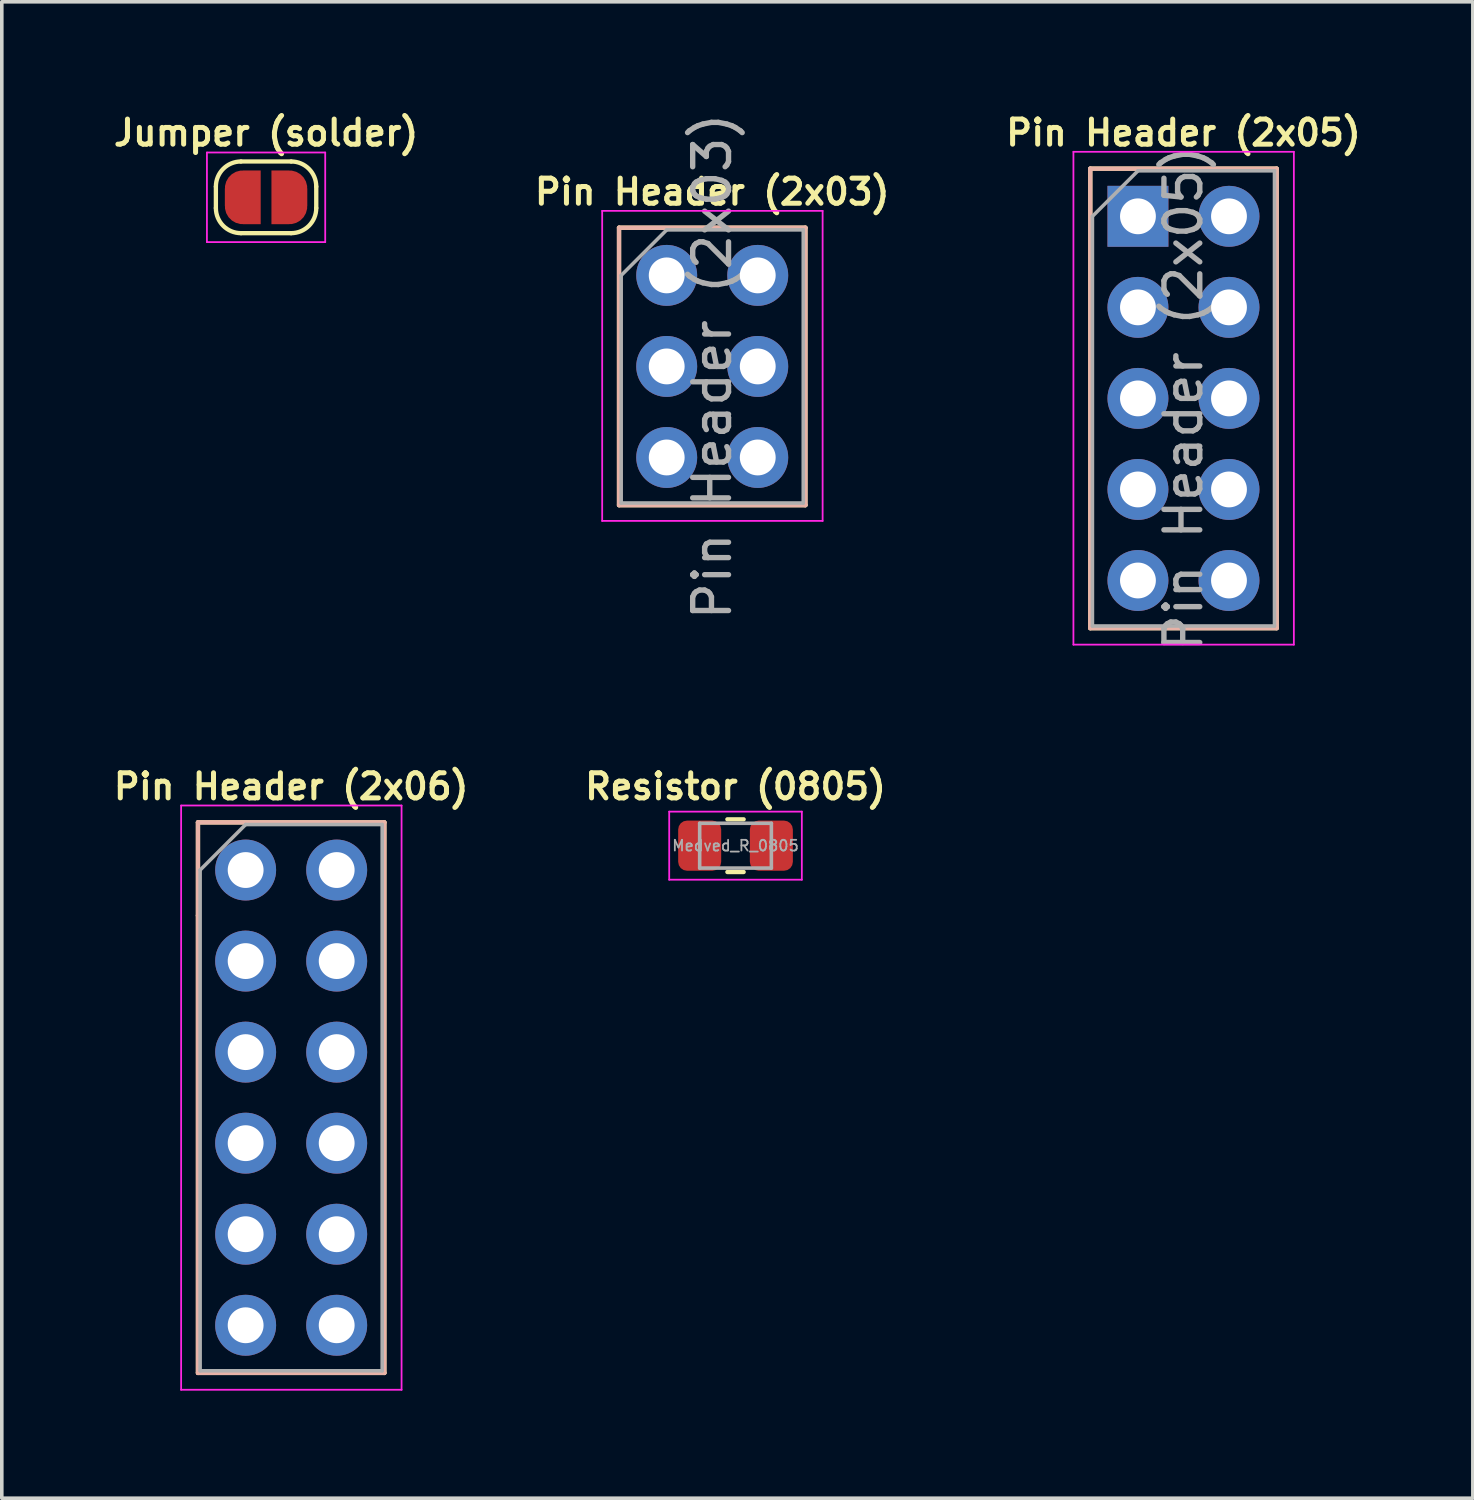
<source format=kicad_pcb>
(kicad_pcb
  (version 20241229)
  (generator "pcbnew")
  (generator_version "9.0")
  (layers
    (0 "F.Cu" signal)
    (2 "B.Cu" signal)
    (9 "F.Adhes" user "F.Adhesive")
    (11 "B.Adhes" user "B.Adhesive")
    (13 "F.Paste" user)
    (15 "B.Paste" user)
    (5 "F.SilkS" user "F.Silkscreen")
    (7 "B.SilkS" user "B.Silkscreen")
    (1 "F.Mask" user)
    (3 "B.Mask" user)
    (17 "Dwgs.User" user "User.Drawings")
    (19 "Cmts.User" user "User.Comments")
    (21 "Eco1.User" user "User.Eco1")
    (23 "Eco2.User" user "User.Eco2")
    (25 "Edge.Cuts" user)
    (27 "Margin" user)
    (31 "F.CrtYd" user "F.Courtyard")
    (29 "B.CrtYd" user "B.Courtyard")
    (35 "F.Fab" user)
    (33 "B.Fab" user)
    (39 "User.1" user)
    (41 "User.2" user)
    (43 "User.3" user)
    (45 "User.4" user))
  (footprint "Pin Header (2x06)"
    (layer "F.Cu")
    (at 3.803 21.223)
    (property "Reference" "Pin Header (2x06)" (at 1.27 -2.33 0) (layer "F.SilkS") (effects (font (size 0.7 0.7) (thickness 0.14) (bold yes))))
    (attr through_hole)
    (fp_line (start -1.33 -1.33) (end 3.87 -1.33) (stroke (width 0.12) (type solid)) (layer "F.SilkS"))
    (fp_line (start -1.33 1.27) (end -1.33 -1.33) (stroke (width 0.12) (type default)) (layer "F.SilkS"))
    (fp_line (start -1.33 1.27) (end -1.33 14.03) (stroke (width 0.12) (type solid)) (layer "F.SilkS"))
    (fp_line (start -1.33 14.03) (end 3.87 14.03) (stroke (width 0.12) (type solid)) (layer "F.SilkS"))
    (fp_line (start 3.87 -1.33) (end 3.87 14.03) (stroke (width 0.12) (type solid)) (layer "F.SilkS"))
    (fp_line (start -1.33 -1.33) (end 3.87 -1.33) (stroke (width 0.12) (type solid)) (layer "B.SilkS"))
    (fp_line (start -1.33 1.27) (end -1.33 -1.33) (stroke (width 0.12) (type default)) (layer "B.SilkS"))
    (fp_line (start -1.33 1.27) (end -1.33 14.03) (stroke (width 0.12) (type solid)) (layer "B.SilkS"))
    (fp_line (start -1.33 14.03) (end 3.87 14.03) (stroke (width 0.12) (type solid)) (layer "B.SilkS"))
    (fp_line (start 3.87 -1.33) (end 3.87 14.03) (stroke (width 0.12) (type solid)) (layer "B.SilkS"))
    (fp_line (start -1.8 -1.8) (end -1.8 14.5) (stroke (width 0.05) (type solid)) (layer "F.CrtYd"))
    (fp_line (start -1.8 14.5) (end 4.35 14.5) (stroke (width 0.05) (type solid)) (layer "F.CrtYd"))
    (fp_line (start 4.35 -1.8) (end -1.8 -1.8) (stroke (width 0.05) (type solid)) (layer "F.CrtYd"))
    (fp_line (start 4.35 14.5) (end 4.35 -1.8) (stroke (width 0.05) (type solid)) (layer "F.CrtYd"))
    (fp_line (start -1.27 0) (end 0 -1.27) (stroke (width 0.1) (type solid)) (layer "F.Fab"))
    (fp_line (start -1.27 13.97) (end -1.27 0) (stroke (width 0.1) (type solid)) (layer "F.Fab"))
    (fp_line (start 0 -1.27) (end 3.81 -1.27) (stroke (width 0.1) (type solid)) (layer "F.Fab"))
    (fp_line (start 3.81 -1.27) (end 3.81 13.97) (stroke (width 0.1) (type solid)) (layer "F.Fab"))
    (fp_line (start 3.81 13.97) (end -1.27 13.97) (stroke (width 0.1) (type solid)) (layer "F.Fab"))
    (pad "1" thru_hole circle (at 0 0) (size 1.7 1.7) (drill 1) (layers "*.Cu" "*.Mask"))
    (pad "2" thru_hole oval (at 2.54 0) (size 1.7 1.7) (drill 1) (layers "*.Cu" "*.Mask"))
    (pad "3" thru_hole oval (at 0 2.54) (size 1.7 1.7) (drill 1) (layers "*.Cu" "*.Mask"))
    (pad "4" thru_hole oval (at 2.54 2.54) (size 1.7 1.7) (drill 1) (layers "*.Cu" "*.Mask"))
    (pad "5" thru_hole oval (at 0 5.08) (size 1.7 1.7) (drill 1) (layers "*.Cu" "*.Mask"))
    (pad "6" thru_hole oval (at 2.54 5.08) (size 1.7 1.7) (drill 1) (layers "*.Cu" "*.Mask"))
    (pad "7" thru_hole oval (at 0 7.62) (size 1.7 1.7) (drill 1) (layers "*.Cu" "*.Mask"))
    (pad "8" thru_hole oval (at 2.54 7.62) (size 1.7 1.7) (drill 1) (layers "*.Cu" "*.Mask"))
    (pad "9" thru_hole oval (at 0 10.16) (size 1.7 1.7) (drill 1) (layers "*.Cu" "*.Mask"))
    (pad "10" thru_hole oval (at 2.54 10.16) (size 1.7 1.7) (drill 1) (layers "*.Cu" "*.Mask"))
    (pad "11" thru_hole oval (at 0 12.7) (size 1.7 1.7) (drill 1) (layers "*.Cu" "*.Mask"))
    (pad "12" thru_hole oval (at 2.54 12.7) (size 1.7 1.7) (drill 1) (layers "*.Cu" "*.Mask")))
  (footprint "Resistor (0805)"
    (layer "F.Cu")
    (at 17.47 20.543)
    (property "Reference" "Resistor (0805)" (at 0 -1.65 0) (layer "F.SilkS") (effects (font (size 0.7 0.7) (thickness 0.14) (bold yes))))
    (property "Value" "Medved_R_0805" (at 0 1.65 0) (layer "F.Fab") (hide yes) (effects (font (size 1 1) (thickness 0.15))))
    (attr smd)
    (fp_line (start -0.227 -0.735) (end 0.227 -0.735) (stroke (width 0.12) (type solid)) (layer "F.SilkS"))
    (fp_line (start -0.227 0.735) (end 0.227 0.735) (stroke (width 0.12) (type solid)) (layer "F.SilkS"))
    (fp_line (start -1.85 -0.95) (end 1.85 -0.95) (stroke (width 0.05) (type solid)) (layer "F.CrtYd"))
    (fp_line (start -1.85 0.95) (end -1.85 -0.95) (stroke (width 0.05) (type solid)) (layer "F.CrtYd"))
    (fp_line (start 1.85 -0.95) (end 1.85 0.95) (stroke (width 0.05) (type solid)) (layer "F.CrtYd"))
    (fp_line (start 1.85 0.95) (end -1.85 0.95) (stroke (width 0.05) (type solid)) (layer "F.CrtYd"))
    (fp_line (start -1 -0.625) (end 1 -0.625) (stroke (width 0.1) (type solid)) (layer "F.Fab"))
    (fp_line (start -1 0.625) (end -1 -0.625) (stroke (width 0.1) (type solid)) (layer "F.Fab"))
    (fp_line (start 1 -0.625) (end 1 0.625) (stroke (width 0.1) (type solid)) (layer "F.Fab"))
    (fp_line (start 1 0.625) (end -1 0.625) (stroke (width 0.1) (type solid)) (layer "F.Fab"))
    (fp_text user "${VALUE}" (at 0 0 0) (layer "F.Fab") (effects (font (size 0.3 0.3) (thickness 0.05) (bold yes))))
    (pad "1" smd roundrect (at -1 0) (size 1.2 1.4) (layers "F.Cu" "F.Mask" "F.Paste") (roundrect_rratio 0.208))
    (pad "2" smd roundrect (at 1 0) (size 1.2 1.4) (layers "F.Cu" "F.Mask" "F.Paste") (roundrect_rratio 0.208)))
  (footprint "Jumper (solder)"
    (layer "F.Cu")
    (at 4.373 2.455)
    (property "Reference" "Jumper (solder)" (at 0 -1.8 0) (layer "F.SilkS") (effects (font (size 0.7 0.7) (thickness 0.14) (bold yes))))
    (attr exclude_from_pos_files exclude_from_bom)
    (fp_line (start -1.4 0.3) (end -1.4 -0.3) (stroke (width 0.12) (type solid)) (layer "F.SilkS"))
    (fp_line (start -0.7 -1) (end 0.7 -1) (stroke (width 0.12) (type solid)) (layer "F.SilkS"))
    (fp_line (start 0.7 1) (end -0.7 1) (stroke (width 0.12) (type solid)) (layer "F.SilkS"))
    (fp_line (start 1.4 -0.3) (end 1.4 0.3) (stroke (width 0.12) (type solid)) (layer "F.SilkS"))
    (fp_arc (start -1.4 -0.3) (mid -1.194975 -0.794975) (end -0.7 -1) (stroke (width 0.12) (type solid)) (layer "F.SilkS"))
    (fp_arc (start -0.7 1) (mid -1.194975 0.794975) (end -1.4 0.3) (stroke (width 0.12) (type solid)) (layer "F.SilkS"))
    (fp_arc (start 0.7 -1) (mid 1.194975 -0.794975) (end 1.4 -0.3) (stroke (width 0.12) (type solid)) (layer "F.SilkS"))
    (fp_arc (start 1.4 0.3) (mid 1.194975 0.794975) (end 0.7 1) (stroke (width 0.12) (type solid)) (layer "F.SilkS"))
    (fp_line (start -1.65 -1.25) (end -1.65 1.25) (stroke (width 0.05) (type solid)) (layer "F.CrtYd"))
    (fp_line (start -1.65 -1.25) (end 1.65 -1.25) (stroke (width 0.05) (type solid)) (layer "F.CrtYd"))
    (fp_line (start 1.65 1.25) (end -1.65 1.25) (stroke (width 0.05) (type solid)) (layer "F.CrtYd"))
    (fp_line (start 1.65 1.25) (end 1.65 -1.25) (stroke (width 0.05) (type solid)) (layer "F.CrtYd"))
    (pad "1" smd custom (at -0.65 0) (size 1 0.5) (layers "F.Cu" "F.Mask") (options (anchor rect)) (primitives (gr_circle (center 0 0.25) (end 0.5 0.25) (width 0) (fill yes)) (gr_circle (center 0 -0.25) (end 0.5 -0.25) (width 0) (fill yes)) (gr_poly (pts (xy 0.5 0.75) (xy 0 0.75) (xy 0 -0.75) (xy 0.5 -0.75)) (width 0) (fill yes))))
    (pad "2" smd custom (at 0.65 0) (size 1 0.5) (layers "F.Cu" "F.Mask") (options (anchor rect)) (primitives (gr_circle (center 0 0.25) (end 0.5 0.25) (width 0) (fill yes)) (gr_circle (center 0 -0.25) (end 0.5 -0.25) (width 0) (fill yes)) (gr_poly (pts (xy 0 0.75) (xy -0.5 0.75) (xy -0.5 -0.75) (xy 0 -0.75)) (width 0) (fill yes)))))
  (footprint "Pin Header (2x03)"
    (layer "F.Cu")
    (at 15.55 4.633)
    (property "Reference" "Pin Header (2x03)" (at 1.27 -2.33 0) (layer "F.SilkS") (effects (font (size 0.7 0.7) (thickness 0.14) (bold yes))))
    (attr through_hole)
    (fp_line (start -1.33 -1.33) (end -1.33 6.41) (stroke (width 0.12) (type solid)) (layer "F.SilkS"))
    (fp_line (start -1.33 -1.33) (end 3.87 -1.33) (stroke (width 0.12) (type solid)) (layer "F.SilkS"))
    (fp_line (start -1.33 6.41) (end 3.87 6.41) (stroke (width 0.12) (type solid)) (layer "F.SilkS"))
    (fp_line (start 3.87 -1.33) (end 3.87 6.41) (stroke (width 0.12) (type solid)) (layer "F.SilkS"))
    (fp_line (start -1.33 -1.33) (end -1.33 6.41) (stroke (width 0.12) (type solid)) (layer "B.SilkS"))
    (fp_line (start -1.33 -1.33) (end 3.87 -1.33) (stroke (width 0.12) (type solid)) (layer "B.SilkS"))
    (fp_line (start -1.33 6.41) (end 3.87 6.41) (stroke (width 0.12) (type solid)) (layer "B.SilkS"))
    (fp_line (start 3.87 -1.33) (end 3.87 6.41) (stroke (width 0.12) (type solid)) (layer "B.SilkS"))
    (fp_line (start -1.8 -1.8) (end -1.8 6.85) (stroke (width 0.05) (type solid)) (layer "F.CrtYd"))
    (fp_line (start -1.8 6.85) (end 4.35 6.85) (stroke (width 0.05) (type solid)) (layer "F.CrtYd"))
    (fp_line (start 4.35 -1.8) (end -1.8 -1.8) (stroke (width 0.05) (type solid)) (layer "F.CrtYd"))
    (fp_line (start 4.35 6.85) (end 4.35 -1.8) (stroke (width 0.05) (type solid)) (layer "F.CrtYd"))
    (fp_line (start -1.27 0) (end 0 -1.27) (stroke (width 0.1) (type solid)) (layer "F.Fab"))
    (fp_line (start -1.27 6.35) (end -1.27 0) (stroke (width 0.1) (type solid)) (layer "F.Fab"))
    (fp_line (start 0 -1.27) (end 3.81 -1.27) (stroke (width 0.1) (type solid)) (layer "F.Fab"))
    (fp_line (start 3.81 -1.27) (end 3.81 6.35) (stroke (width 0.1) (type solid)) (layer "F.Fab"))
    (fp_line (start 3.81 6.35) (end -1.27 6.35) (stroke (width 0.1) (type solid)) (layer "F.Fab"))
    (fp_text user "${REFERENCE}" (at 1.27 2.54 90) (layer "F.Fab") (effects (font (size 1 1) (thickness 0.15))))
    (pad "1" thru_hole circle (at 0 0) (size 1.7 1.7) (drill 1) (layers "*.Cu" "*.Mask"))
    (pad "2" thru_hole oval (at 0 2.54) (size 1.7 1.7) (drill 1) (layers "*.Cu" "*.Mask"))
    (pad "3" thru_hole oval (at 0 5.08) (size 1.7 1.7) (drill 1) (layers "*.Cu" "*.Mask"))
    (pad "4" thru_hole oval (at 2.54 5.08) (size 1.7 1.7) (drill 1) (layers "*.Cu" "*.Mask"))
    (pad "5" thru_hole oval (at 2.54 2.54) (size 1.7 1.7) (drill 1) (layers "*.Cu" "*.Mask"))
    (pad "6" thru_hole oval (at 2.54 0) (size 1.7 1.7) (drill 1) (layers "*.Cu" "*.Mask")))
  (footprint "Pin Header (2x05)"
    (layer "F.Cu")
    (at 28.697 2.985)
    (property "Reference" "Pin Header (2x05)" (at 1.27 -2.33 0) (layer "F.SilkS") (effects (font (size 0.7 0.7) (thickness 0.14) (bold yes))))
    (attr through_hole)
    (fp_line (start -1.33 -1.33) (end -1.33 11.49) (stroke (width 0.12) (type solid)) (layer "F.SilkS"))
    (fp_line (start -1.33 -1.33) (end 3.87 -1.33) (stroke (width 0.12) (type solid)) (layer "F.SilkS"))
    (fp_line (start -1.33 11.49) (end 3.87 11.49) (stroke (width 0.12) (type solid)) (layer "F.SilkS"))
    (fp_line (start 3.87 -1.33) (end 3.87 11.49) (stroke (width 0.12) (type solid)) (layer "F.SilkS"))
    (fp_line (start -1.33 -1.33) (end -1.33 11.49) (stroke (width 0.12) (type solid)) (layer "B.SilkS"))
    (fp_line (start -1.33 -1.33) (end 3.87 -1.33) (stroke (width 0.12) (type solid)) (layer "B.SilkS"))
    (fp_line (start -1.33 11.49) (end 3.87 11.49) (stroke (width 0.12) (type solid)) (layer "B.SilkS"))
    (fp_line (start 3.87 -1.33) (end 3.87 11.49) (stroke (width 0.12) (type solid)) (layer "B.SilkS"))
    (fp_line (start -1.8 -1.8) (end -1.8 11.95) (stroke (width 0.05) (type solid)) (layer "F.CrtYd"))
    (fp_line (start -1.8 11.95) (end 4.35 11.95) (stroke (width 0.05) (type solid)) (layer "F.CrtYd"))
    (fp_line (start 4.35 -1.8) (end -1.8 -1.8) (stroke (width 0.05) (type solid)) (layer "F.CrtYd"))
    (fp_line (start 4.35 11.95) (end 4.35 -1.8) (stroke (width 0.05) (type solid)) (layer "F.CrtYd"))
    (fp_line (start -1.27 0) (end 0 -1.27) (stroke (width 0.1) (type solid)) (layer "F.Fab"))
    (fp_line (start -1.27 11.43) (end -1.27 0) (stroke (width 0.1) (type solid)) (layer "F.Fab"))
    (fp_line (start 0 -1.27) (end 3.81 -1.27) (stroke (width 0.1) (type solid)) (layer "F.Fab"))
    (fp_line (start 3.81 -1.27) (end 3.81 11.43) (stroke (width 0.1) (type solid)) (layer "F.Fab"))
    (fp_line (start 3.81 11.43) (end -1.27 11.43) (stroke (width 0.1) (type solid)) (layer "F.Fab"))
    (fp_text user "${REFERENCE}" (at 1.27 5.08 90) (layer "F.Fab") (effects (font (size 1 1) (thickness 0.15))))
    (pad "1" thru_hole rect (at 0 0) (size 1.7 1.7) (drill 1) (layers "*.Cu" "*.Mask"))
    (pad "2" thru_hole oval (at 2.54 0) (size 1.7 1.7) (drill 1) (layers "*.Cu" "*.Mask"))
    (pad "3" thru_hole oval (at 0 2.54) (size 1.7 1.7) (drill 1) (layers "*.Cu" "*.Mask"))
    (pad "4" thru_hole oval (at 2.54 2.54) (size 1.7 1.7) (drill 1) (layers "*.Cu" "*.Mask"))
    (pad "5" thru_hole oval (at 0 5.08) (size 1.7 1.7) (drill 1) (layers "*.Cu" "*.Mask"))
    (pad "6" thru_hole oval (at 2.54 5.08) (size 1.7 1.7) (drill 1) (layers "*.Cu" "*.Mask"))
    (pad "7" thru_hole oval (at 0 7.62) (size 1.7 1.7) (drill 1) (layers "*.Cu" "*.Mask"))
    (pad "8" thru_hole oval (at 2.54 7.62) (size 1.7 1.7) (drill 1) (layers "*.Cu" "*.Mask"))
    (pad "9" thru_hole oval (at 0 10.16) (size 1.7 1.7) (drill 1) (layers "*.Cu" "*.Mask"))
    (pad "10" thru_hole oval (at 2.54 10.16) (size 1.7 1.7) (drill 1) (layers "*.Cu" "*.Mask")))
  (gr_rect
    (start -3 -3)
    (end 38.04 38.748)
    (stroke (width 0.1) (type default))
    (fill no)
    (layer "Edge.Cuts")))
</source>
